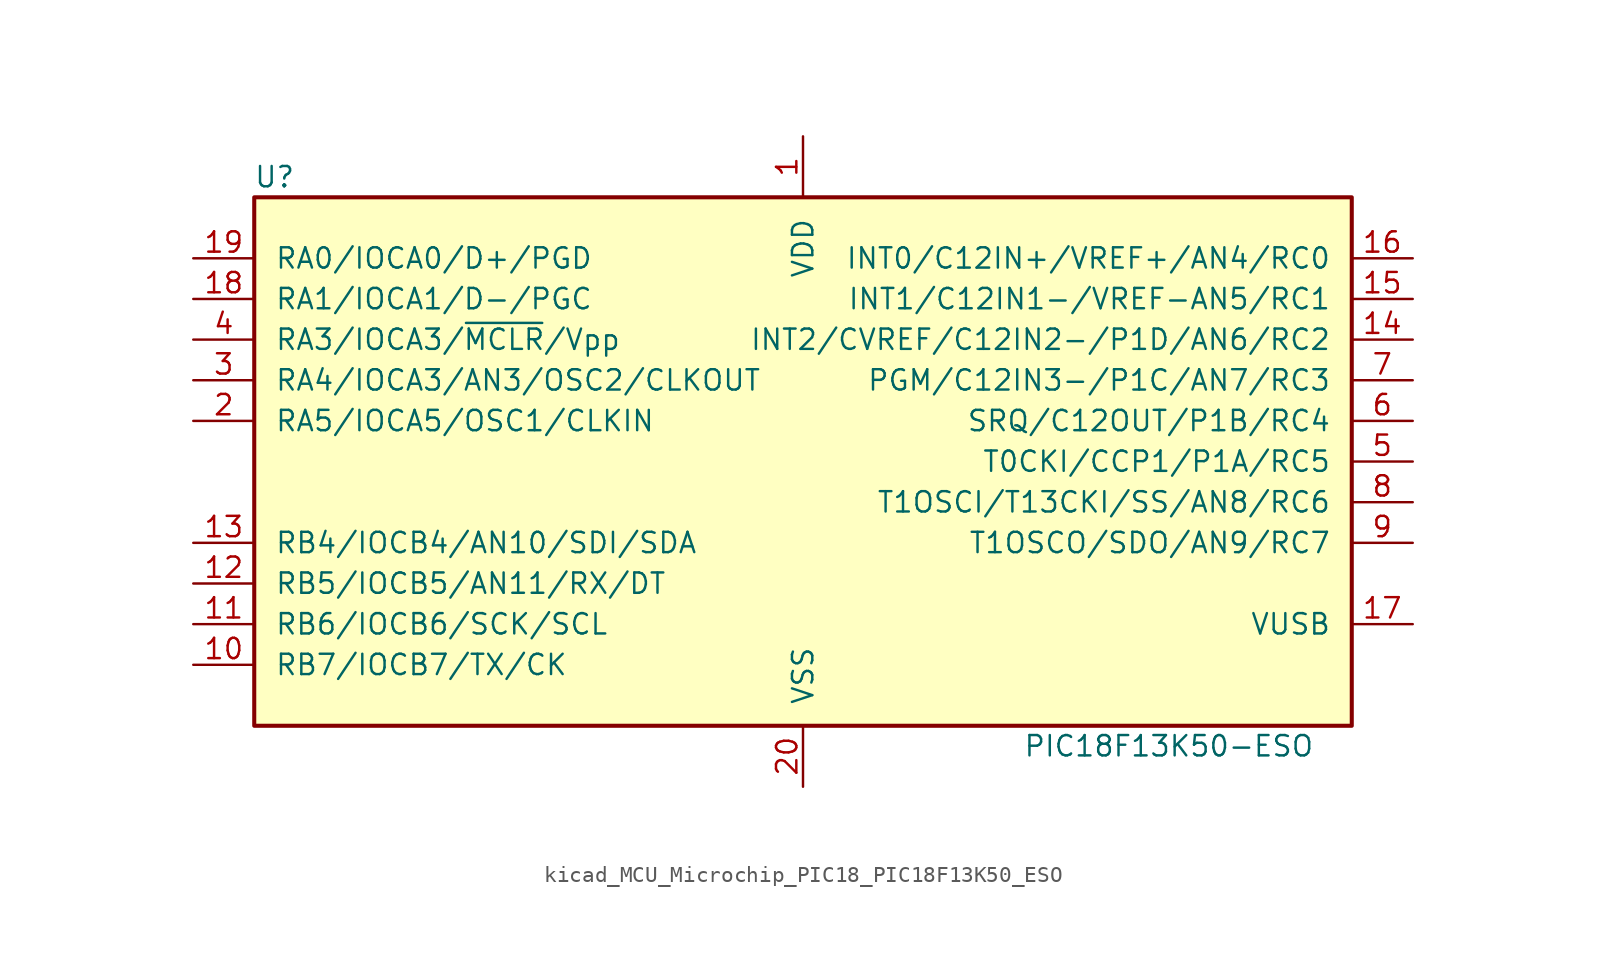
<source format=kicad_sym>
(kicad_symbol_lib
  (version 20220914)
  (generator kicad_symbol_editor)
  (symbol "kicad_MCU_Microchip_PIC18_PIC18F13K50_ESO"
    (pin_names
      (offset 1.27))
    (property "Reference" "U"
      (at -33.02 17.78 0)
      (effects (font (size 1.27 1.27))))
    (property "Value" "PIC18F13K50-ESO"
      (at 22.86 -17.78 0)
      (effects (font (size 1.27 1.27))))
    (symbol "kicad_MCU_Microchip_PIC18_PIC18F13K50_ESO_0_1"
      (rectangle (start -34.29 16.51) (end 34.29 -16.51) (stroke (width 0.254) (type default)) (fill (type background))))
    (symbol "kicad_MCU_Microchip_PIC18_PIC18F13K50_ESO_1_1"
      (pin power_in line (at 0 20.32 270) (length 3.81) (name "VDD" (effects (font (size 1.27 1.27)))) (number "1" (effects (font (size 1.27 1.27)))))
      (pin bidirectional line (at -38.1 -12.7 0) (length 3.81) (name "RB7/IOCB7/TX/CK" (effects (font (size 1.27 1.27)))) (number "10" (effects (font (size 1.27 1.27)))))
      (pin bidirectional line (at -38.1 -10.16 0) (length 3.81) (name "RB6/IOCB6/SCK/SCL" (effects (font (size 1.27 1.27)))) (number "11" (effects (font (size 1.27 1.27)))))
      (pin bidirectional line (at -38.1 -7.62 0) (length 3.81) (name "RB5/IOCB5/AN11/RX/DT" (effects (font (size 1.27 1.27)))) (number "12" (effects (font (size 1.27 1.27)))))
      (pin bidirectional line (at -38.1 -5.08 0) (length 3.81) (name "RB4/IOCB4/AN10/SDI/SDA" (effects (font (size 1.27 1.27)))) (number "13" (effects (font (size 1.27 1.27)))))
      (pin bidirectional line (at 38.1 7.62 180) (length 3.81) (name "INT2/CVREF/C12IN2-/P1D/AN6/RC2" (effects (font (size 1.27 1.27)))) (number "14" (effects (font (size 1.27 1.27)))))
      (pin bidirectional line (at 38.1 10.16 180) (length 3.81) (name "INT1/C12IN1-/VREF-AN5/RC1" (effects (font (size 1.27 1.27)))) (number "15" (effects (font (size 1.27 1.27)))))
      (pin bidirectional line (at 38.1 12.7 180) (length 3.81) (name "INT0/C12IN+/VREF+/AN4/RC0" (effects (font (size 1.27 1.27)))) (number "16" (effects (font (size 1.27 1.27)))))
      (pin passive line (at 38.1 -10.16 180) (length 3.81) (name "VUSB" (effects (font (size 1.27 1.27)))) (number "17" (effects (font (size 1.27 1.27)))))
      (pin bidirectional line (at -38.1 10.16 0) (length 3.81) (name "RA1/IOCA1/D-/PGC" (effects (font (size 1.27 1.27)))) (number "18" (effects (font (size 1.27 1.27)))))
      (pin bidirectional line (at -38.1 12.7 0) (length 3.81) (name "RA0/IOCA0/D+/PGD" (effects (font (size 1.27 1.27)))) (number "19" (effects (font (size 1.27 1.27)))))
      (pin bidirectional line (at -38.1 2.54 0) (length 3.81) (name "RA5/IOCA5/OSC1/CLKIN" (effects (font (size 1.27 1.27)))) (number "2" (effects (font (size 1.27 1.27)))))
      (pin power_in line (at 0 -20.32 90) (length 3.81) (name "VSS" (effects (font (size 1.27 1.27)))) (number "20" (effects (font (size 1.27 1.27)))))
      (pin bidirectional line (at -38.1 5.08 0) (length 3.81) (name "RA4/IOCA3/AN3/OSC2/CLKOUT" (effects (font (size 1.27 1.27)))) (number "3" (effects (font (size 1.27 1.27)))))
      (pin input line (at -38.1 7.62 0) (length 3.81) (name "RA3/IOCA3/~{MCLR}/Vpp" (effects (font (size 1.27 1.27)))) (number "4" (effects (font (size 1.27 1.27)))))
      (pin bidirectional line (at 38.1 0 180) (length 3.81) (name "T0CKI/CCP1/P1A/RC5" (effects (font (size 1.27 1.27)))) (number "5" (effects (font (size 1.27 1.27)))))
      (pin bidirectional line (at 38.1 2.54 180) (length 3.81) (name "SRQ/C12OUT/P1B/RC4" (effects (font (size 1.27 1.27)))) (number "6" (effects (font (size 1.27 1.27)))))
      (pin bidirectional line (at 38.1 5.08 180) (length 3.81) (name "PGM/C12IN3-/P1C/AN7/RC3" (effects (font (size 1.27 1.27)))) (number "7" (effects (font (size 1.27 1.27)))))
      (pin bidirectional line (at 38.1 -2.54 180) (length 3.81) (name "T1OSCI/T13CKI/SS/AN8/RC6" (effects (font (size 1.27 1.27)))) (number "8" (effects (font (size 1.27 1.27)))))
      (pin bidirectional line (at 38.1 -5.08 180) (length 3.81) (name "T1OSCO/SDO/AN9/RC7" (effects (font (size 1.27 1.27)))) (number "9" (effects (font (size 1.27 1.27))))))))
</source>
